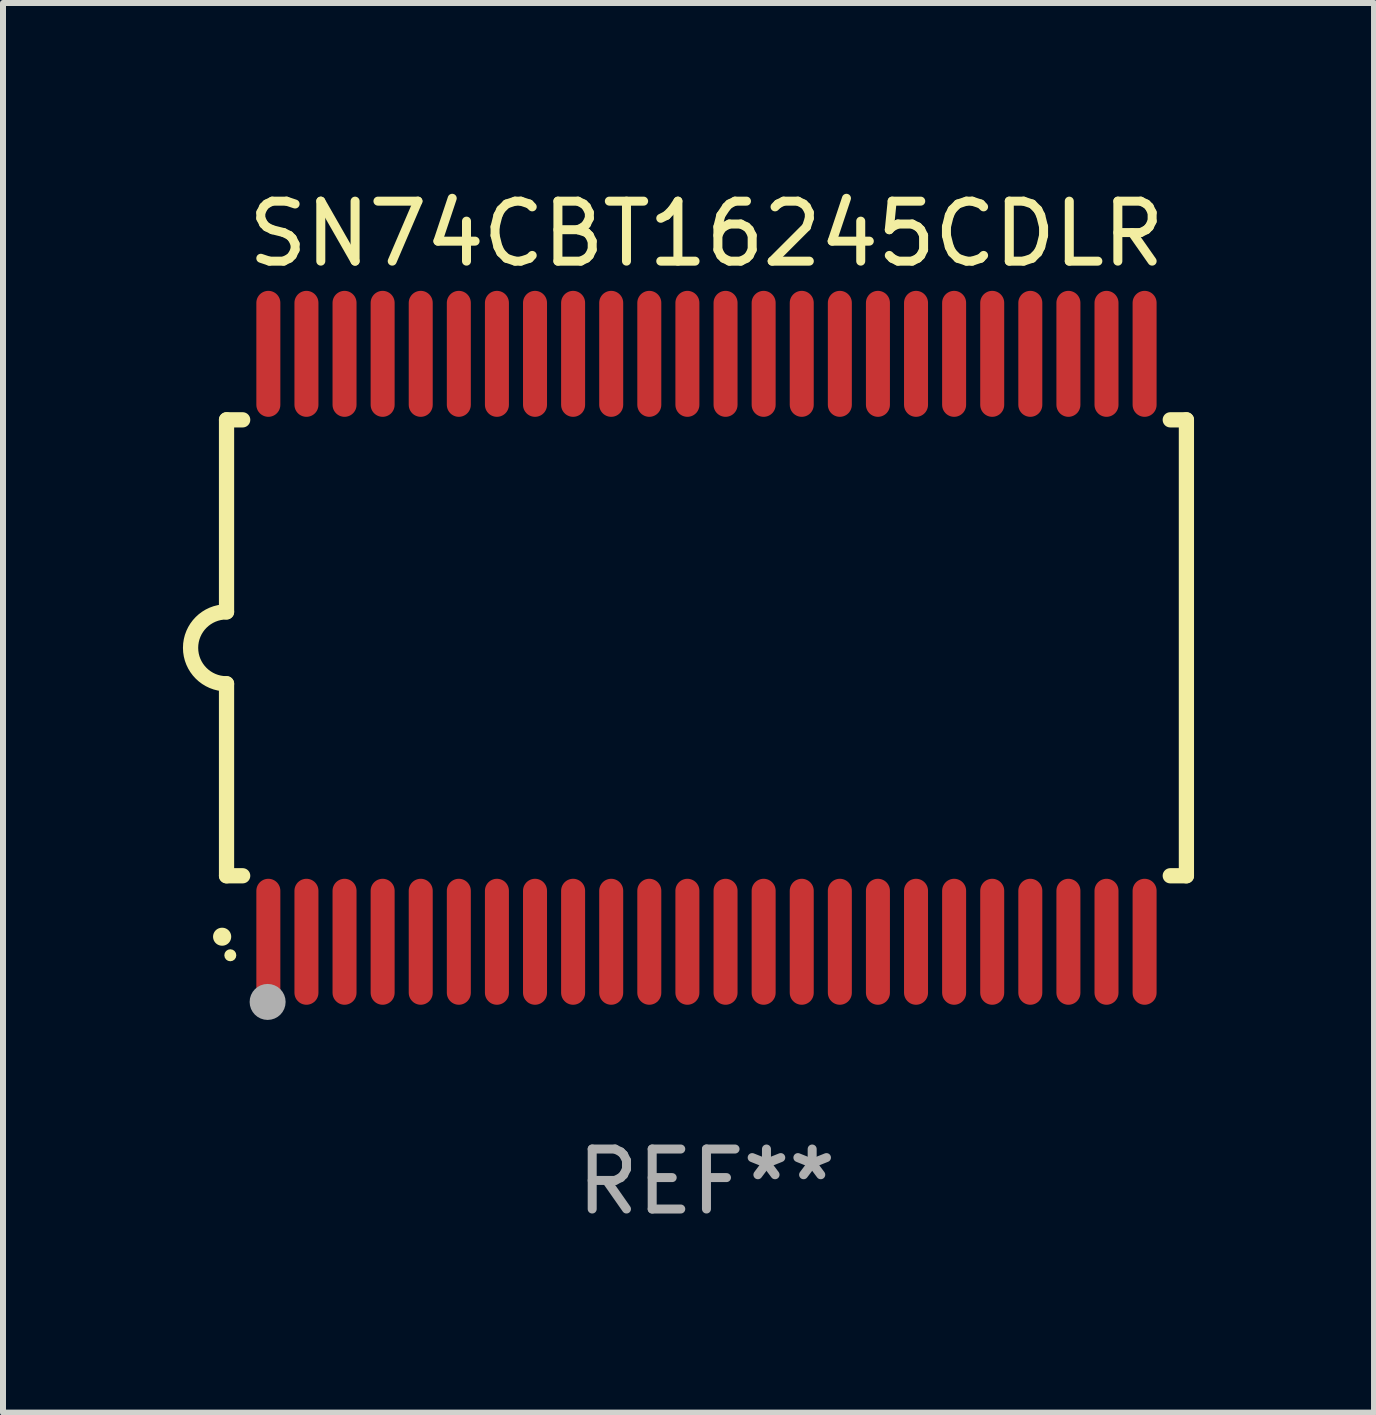
<source format=kicad_pcb>
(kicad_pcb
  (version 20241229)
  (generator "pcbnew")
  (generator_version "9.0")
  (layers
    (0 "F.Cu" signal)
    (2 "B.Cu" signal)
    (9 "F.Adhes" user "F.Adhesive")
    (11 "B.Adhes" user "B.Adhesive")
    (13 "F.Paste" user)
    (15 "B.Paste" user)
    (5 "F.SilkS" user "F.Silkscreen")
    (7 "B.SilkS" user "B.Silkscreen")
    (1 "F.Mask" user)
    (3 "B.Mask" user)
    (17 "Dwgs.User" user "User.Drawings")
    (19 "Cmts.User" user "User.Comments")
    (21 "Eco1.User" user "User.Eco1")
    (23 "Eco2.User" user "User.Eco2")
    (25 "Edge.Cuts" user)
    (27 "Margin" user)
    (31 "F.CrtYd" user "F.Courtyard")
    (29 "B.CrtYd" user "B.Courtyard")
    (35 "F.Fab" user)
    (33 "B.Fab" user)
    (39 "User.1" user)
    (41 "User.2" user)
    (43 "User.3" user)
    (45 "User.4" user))
  (footprint "SN74CBT16245CDLR"
    (layer "F.Cu")
    (at 8.726 7.748)
    (property "Reference" "SN74CBT16245CDLR" (at 0 -6.9 0) (layer "F.SilkS") (effects (font (size 1 1) (thickness 0.15))))
    (attr through_hole)
    (fp_line (start -8 -3.8) (end -8 -0.599) (stroke (width 0.254) (type solid)) (layer "F.SilkS"))
    (fp_line (start -8 -3.8) (end -7.731 -3.8) (stroke (width 0.254) (type solid)) (layer "F.SilkS"))
    (fp_line (start -8 3.8) (end -8 0.599) (stroke (width 0.254) (type solid)) (layer "F.SilkS"))
    (fp_line (start -7.731 3.8) (end -8 3.8) (stroke (width 0.254) (type solid)) (layer "F.SilkS"))
    (fp_line (start 7.731 -3.8) (end 8 -3.8) (stroke (width 0.254) (type solid)) (layer "F.SilkS"))
    (fp_line (start 8 -3.8) (end 8 3.8) (stroke (width 0.254) (type solid)) (layer "F.SilkS"))
    (fp_line (start 8 3.8) (end 7.731 3.8) (stroke (width 0.254) (type solid)) (layer "F.SilkS"))
    (fp_arc (start -8.074676 4.81585) (mid -8.073406 4.815845) (end -8.072136 4.81585) (stroke (width 0.3) (type solid)) (layer "F.SilkS"))
    (fp_arc (start -8.000025 0.6) (mid -8.598908 0.00056) (end -8.000027 -0.598882) (stroke (width 0.254001) (type solid)) (layer "F.SilkS"))
    (fp_circle (center -7.937 5.125) (end -7.887 5.125) (stroke (width 0.1) (type solid)) (fill no) (layer "F.SilkS"))
    (fp_circle (center -7.315 5.903) (end -7.165 5.903) (stroke (width 0.3) (type solid)) (fill no) (layer "F.Fab"))
    (fp_text user "REF**" (at 0 8.9 0) (layer "F.Fab") (effects (font (size 1 1) (thickness 0.15))))
    (pad "1" smd oval (at -7.303 4.9) (size 0.4 2.1) (layers "F.Cu" "F.Mask" "F.Paste"))
    (pad "2" smd oval (at -6.668 4.9) (size 0.4 2.1) (layers "F.Cu" "F.Mask" "F.Paste"))
    (pad "3" smd oval (at -6.033 4.9) (size 0.4 2.1) (layers "F.Cu" "F.Mask" "F.Paste"))
    (pad "4" smd oval (at -5.398 4.9) (size 0.4 2.1) (layers "F.Cu" "F.Mask" "F.Paste"))
    (pad "5" smd oval (at -4.763 4.9) (size 0.4 2.1) (layers "F.Cu" "F.Mask" "F.Paste"))
    (pad "6" smd oval (at -4.128 4.9) (size 0.4 2.1) (layers "F.Cu" "F.Mask" "F.Paste"))
    (pad "7" smd oval (at -3.493 4.9) (size 0.4 2.1) (layers "F.Cu" "F.Mask" "F.Paste"))
    (pad "8" smd oval (at -2.858 4.9) (size 0.4 2.1) (layers "F.Cu" "F.Mask" "F.Paste"))
    (pad "9" smd oval (at -2.223 4.9) (size 0.4 2.1) (layers "F.Cu" "F.Mask" "F.Paste"))
    (pad "10" smd oval (at -1.588 4.9) (size 0.4 2.1) (layers "F.Cu" "F.Mask" "F.Paste"))
    (pad "11" smd oval (at -0.953 4.9) (size 0.4 2.1) (layers "F.Cu" "F.Mask" "F.Paste"))
    (pad "12" smd oval (at -0.318 4.9) (size 0.4 2.1) (layers "F.Cu" "F.Mask" "F.Paste"))
    (pad "13" smd oval (at 0.318 4.9) (size 0.4 2.1) (layers "F.Cu" "F.Mask" "F.Paste"))
    (pad "14" smd oval (at 0.953 4.9) (size 0.4 2.1) (layers "F.Cu" "F.Mask" "F.Paste"))
    (pad "15" smd oval (at 1.588 4.9) (size 0.4 2.1) (layers "F.Cu" "F.Mask" "F.Paste"))
    (pad "16" smd oval (at 2.223 4.9) (size 0.4 2.1) (layers "F.Cu" "F.Mask" "F.Paste"))
    (pad "17" smd oval (at 2.858 4.9) (size 0.4 2.1) (layers "F.Cu" "F.Mask" "F.Paste"))
    (pad "18" smd oval (at 3.493 4.9) (size 0.4 2.1) (layers "F.Cu" "F.Mask" "F.Paste"))
    (pad "19" smd oval (at 4.128 4.9) (size 0.4 2.1) (layers "F.Cu" "F.Mask" "F.Paste"))
    (pad "20" smd oval (at 4.763 4.9) (size 0.4 2.1) (layers "F.Cu" "F.Mask" "F.Paste"))
    (pad "21" smd oval (at 5.398 4.9) (size 0.4 2.1) (layers "F.Cu" "F.Mask" "F.Paste"))
    (pad "22" smd oval (at 6.033 4.9) (size 0.4 2.1) (layers "F.Cu" "F.Mask" "F.Paste"))
    (pad "23" smd oval (at 6.668 4.9) (size 0.4 2.1) (layers "F.Cu" "F.Mask" "F.Paste"))
    (pad "24" smd oval (at 7.303 4.9) (size 0.4 2.1) (layers "F.Cu" "F.Mask" "F.Paste"))
    (pad "25" smd oval (at 7.303 -4.9 180) (size 0.4 2.1) (layers "F.Cu" "F.Mask" "F.Paste"))
    (pad "26" smd oval (at 6.668 -4.9 180) (size 0.4 2.1) (layers "F.Cu" "F.Mask" "F.Paste"))
    (pad "27" smd oval (at 6.033 -4.9 180) (size 0.4 2.1) (layers "F.Cu" "F.Mask" "F.Paste"))
    (pad "28" smd oval (at 5.398 -4.9 180) (size 0.4 2.1) (layers "F.Cu" "F.Mask" "F.Paste"))
    (pad "29" smd oval (at 4.763 -4.9 180) (size 0.4 2.1) (layers "F.Cu" "F.Mask" "F.Paste"))
    (pad "30" smd oval (at 4.128 -4.9 180) (size 0.4 2.1) (layers "F.Cu" "F.Mask" "F.Paste"))
    (pad "31" smd oval (at 3.493 -4.9 180) (size 0.4 2.1) (layers "F.Cu" "F.Mask" "F.Paste"))
    (pad "32" smd oval (at 2.858 -4.9 180) (size 0.4 2.1) (layers "F.Cu" "F.Mask" "F.Paste"))
    (pad "33" smd oval (at 2.223 -4.9 180) (size 0.4 2.1) (layers "F.Cu" "F.Mask" "F.Paste"))
    (pad "34" smd oval (at 1.588 -4.9 180) (size 0.4 2.1) (layers "F.Cu" "F.Mask" "F.Paste"))
    (pad "35" smd oval (at 0.953 -4.9 180) (size 0.4 2.1) (layers "F.Cu" "F.Mask" "F.Paste"))
    (pad "36" smd oval (at 0.318 -4.9 180) (size 0.4 2.1) (layers "F.Cu" "F.Mask" "F.Paste"))
    (pad "37" smd oval (at -0.318 -4.9 180) (size 0.4 2.1) (layers "F.Cu" "F.Mask" "F.Paste"))
    (pad "38" smd oval (at -0.953 -4.9 180) (size 0.4 2.1) (layers "F.Cu" "F.Mask" "F.Paste"))
    (pad "39" smd oval (at -1.588 -4.9 180) (size 0.4 2.1) (layers "F.Cu" "F.Mask" "F.Paste"))
    (pad "40" smd oval (at -2.223 -4.9 180) (size 0.4 2.1) (layers "F.Cu" "F.Mask" "F.Paste"))
    (pad "41" smd oval (at -2.858 -4.9 180) (size 0.4 2.1) (layers "F.Cu" "F.Mask" "F.Paste"))
    (pad "42" smd oval (at -3.493 -4.9 180) (size 0.4 2.1) (layers "F.Cu" "F.Mask" "F.Paste"))
    (pad "43" smd oval (at -4.128 -4.9 180) (size 0.4 2.1) (layers "F.Cu" "F.Mask" "F.Paste"))
    (pad "44" smd oval (at -4.763 -4.9 180) (size 0.4 2.1) (layers "F.Cu" "F.Mask" "F.Paste"))
    (pad "45" smd oval (at -5.398 -4.9 180) (size 0.4 2.1) (layers "F.Cu" "F.Mask" "F.Paste"))
    (pad "46" smd oval (at -6.033 -4.9 180) (size 0.4 2.1) (layers "F.Cu" "F.Mask" "F.Paste"))
    (pad "47" smd oval (at -6.668 -4.9 180) (size 0.4 2.1) (layers "F.Cu" "F.Mask" "F.Paste"))
    (pad "48" smd oval (at -7.303 -4.9 180) (size 0.4 2.1) (layers "F.Cu" "F.Mask" "F.Paste")))
  (gr_rect
    (start -3 -3)
    (end 19.853 20.496)
    (stroke (width 0.1) (type default))
    (fill no)
    (layer "Edge.Cuts")))
</source>
